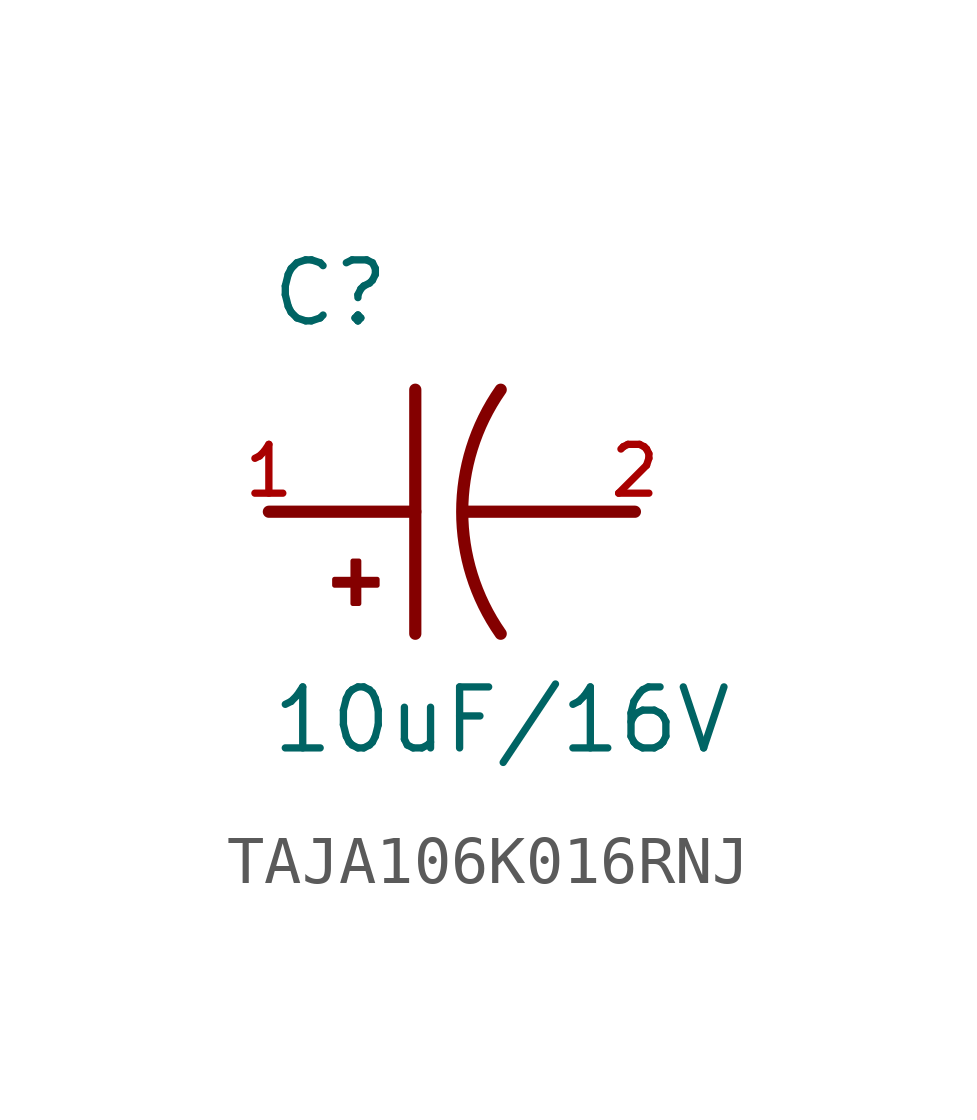
<source format=kicad_sym>
(kicad_symbol_lib
  (version 20220914)
  (generator kicad_symbol_editor)
  (symbol "TAJA106K016RNJ"
    (pin_names
      (offset 1.016))
    (property "Reference" "C"
      (at -5.08 3.81 0)
      (effects (font (size 1.27 1.27)) (justify left bottom)))
    (property "Value" "10uF/16V"
      (at -5.08 -5.08 0)
      (effects (font (size 1.27 1.27)) (justify left bottom)))
    (symbol "TAJA106K016RNJ_0_0"
      (rectangle (start -3.713 -1.532) (end -2.824 -1.405) (stroke (width 0.1) (type default)) (fill (type outline)))
      (rectangle (start -3.332 -1.913) (end -3.205 -1.024) (stroke (width 0.1) (type default)) (fill (type outline)))
      (arc (start -0.254 2.54) (mid -1.0549 0) (end -0.254 -2.54) (stroke (width 0.254) (type default)) (fill (type none)))
      (polyline (pts (xy -5.08 0) (xy -2.032 0)) (stroke (width 0.254) (type default)) (fill (type none)))
      (polyline (pts (xy -2.032 2.54) (xy -2.032 -2.54)) (stroke (width 0.254) (type default)) (fill (type none)))
      (polyline (pts (xy -1.016 0) (xy 2.54 0)) (stroke (width 0.254) (type default)) (fill (type none)))
      (pin passive line (at -5.08 0 0) (length 0) (name "~" (effects (font (size 1.016 1.016)))) (number "1" (effects (font (size 1.016 1.016)))))
      (pin passive line (at 2.54 0 180) (length 0) (name "~" (effects (font (size 1.016 1.016)))) (number "2" (effects (font (size 1.016 1.016))))))))
</source>
